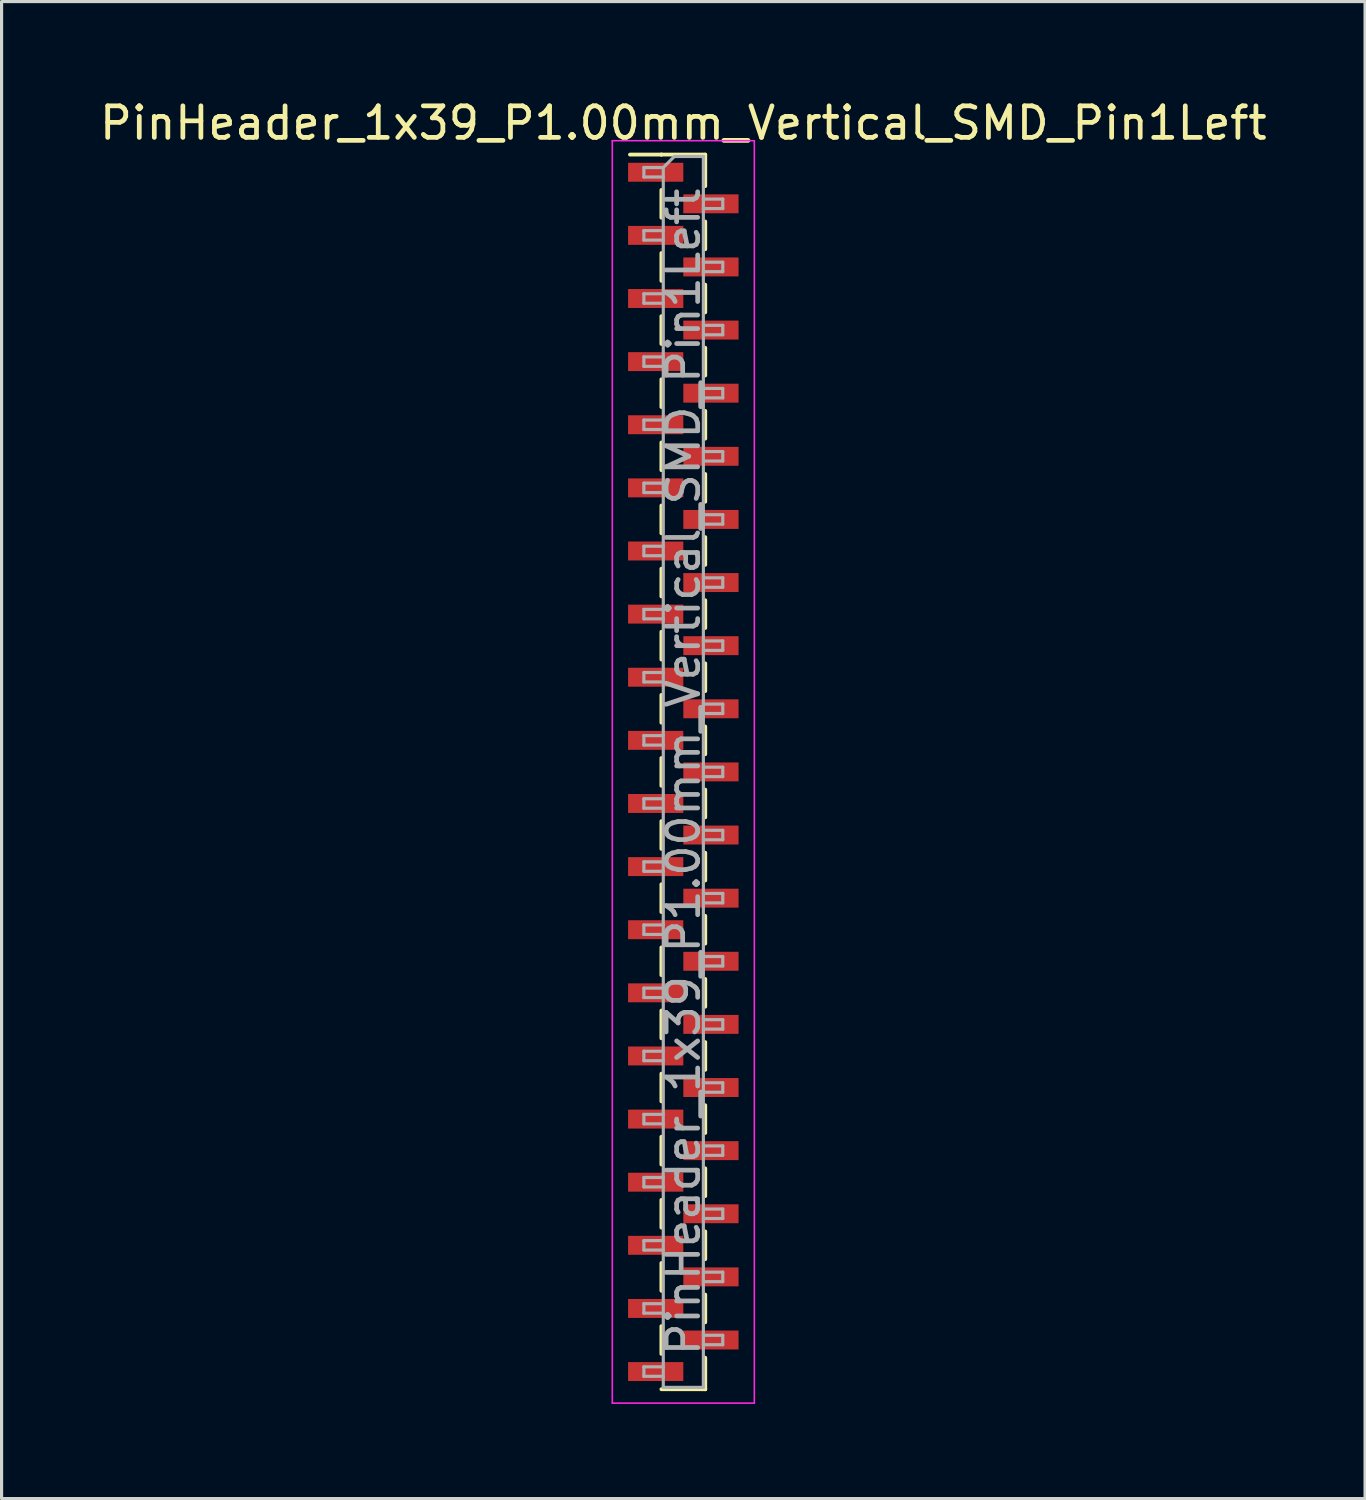
<source format=kicad_pcb>
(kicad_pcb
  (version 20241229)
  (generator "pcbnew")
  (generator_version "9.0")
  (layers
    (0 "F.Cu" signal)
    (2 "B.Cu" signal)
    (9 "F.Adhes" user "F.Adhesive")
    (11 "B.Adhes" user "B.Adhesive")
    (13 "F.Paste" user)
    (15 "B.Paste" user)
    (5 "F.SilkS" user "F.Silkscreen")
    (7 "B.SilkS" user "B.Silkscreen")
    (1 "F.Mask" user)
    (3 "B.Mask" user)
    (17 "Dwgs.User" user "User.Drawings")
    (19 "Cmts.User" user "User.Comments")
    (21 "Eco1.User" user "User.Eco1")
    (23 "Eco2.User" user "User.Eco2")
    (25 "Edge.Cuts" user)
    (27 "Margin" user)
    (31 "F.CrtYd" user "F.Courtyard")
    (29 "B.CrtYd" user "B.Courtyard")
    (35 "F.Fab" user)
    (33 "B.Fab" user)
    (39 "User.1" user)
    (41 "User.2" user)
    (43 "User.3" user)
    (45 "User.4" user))
  (footprint "PinHeader_1x39_P1.00mm_Vertical_SMD_Pin1Left"
    (layer "F.Cu")
    (at 18.601 21.408)
    (property "Reference" "PinHeader_1x39_P1.00mm_Vertical_SMD_Pin1Left" (at 0 -20.56 0) (layer "F.SilkS") (effects (font (size 1 1) (thickness 0.15))))
    (attr smd)
    (fp_line (start -0.695 -19.56) (end -1.69 -19.56) (stroke (width 0.12) (type solid)) (layer "F.SilkS"))
    (fp_line (start -0.695 -19.56) (end -0.695 -19.56) (stroke (width 0.12) (type solid)) (layer "F.SilkS"))
    (fp_line (start -0.695 -19.56) (end 0.695 -19.56) (stroke (width 0.12) (type solid)) (layer "F.SilkS"))
    (fp_line (start -0.695 -18.44) (end -0.695 -17.56) (stroke (width 0.12) (type solid)) (layer "F.SilkS"))
    (fp_line (start -0.695 -16.44) (end -0.695 -15.56) (stroke (width 0.12) (type solid)) (layer "F.SilkS"))
    (fp_line (start -0.695 -14.44) (end -0.695 -13.56) (stroke (width 0.12) (type solid)) (layer "F.SilkS"))
    (fp_line (start -0.695 -12.44) (end -0.695 -11.56) (stroke (width 0.12) (type solid)) (layer "F.SilkS"))
    (fp_line (start -0.695 -10.44) (end -0.695 -9.56) (stroke (width 0.12) (type solid)) (layer "F.SilkS"))
    (fp_line (start -0.695 -8.44) (end -0.695 -7.56) (stroke (width 0.12) (type solid)) (layer "F.SilkS"))
    (fp_line (start -0.695 -6.44) (end -0.695 -5.56) (stroke (width 0.12) (type solid)) (layer "F.SilkS"))
    (fp_line (start -0.695 -4.44) (end -0.695 -3.56) (stroke (width 0.12) (type solid)) (layer "F.SilkS"))
    (fp_line (start -0.695 -2.44) (end -0.695 -1.56) (stroke (width 0.12) (type solid)) (layer "F.SilkS"))
    (fp_line (start -0.695 -0.44) (end -0.695 0.44) (stroke (width 0.12) (type solid)) (layer "F.SilkS"))
    (fp_line (start -0.695 1.56) (end -0.695 2.44) (stroke (width 0.12) (type solid)) (layer "F.SilkS"))
    (fp_line (start -0.695 3.56) (end -0.695 4.44) (stroke (width 0.12) (type solid)) (layer "F.SilkS"))
    (fp_line (start -0.695 5.56) (end -0.695 6.44) (stroke (width 0.12) (type solid)) (layer "F.SilkS"))
    (fp_line (start -0.695 7.56) (end -0.695 8.44) (stroke (width 0.12) (type solid)) (layer "F.SilkS"))
    (fp_line (start -0.695 9.56) (end -0.695 10.44) (stroke (width 0.12) (type solid)) (layer "F.SilkS"))
    (fp_line (start -0.695 11.56) (end -0.695 12.44) (stroke (width 0.12) (type solid)) (layer "F.SilkS"))
    (fp_line (start -0.695 13.56) (end -0.695 14.44) (stroke (width 0.12) (type solid)) (layer "F.SilkS"))
    (fp_line (start -0.695 15.56) (end -0.695 16.44) (stroke (width 0.12) (type solid)) (layer "F.SilkS"))
    (fp_line (start -0.695 17.56) (end -0.695 18.44) (stroke (width 0.12) (type solid)) (layer "F.SilkS"))
    (fp_line (start -0.695 19.56) (end 0.695 19.56) (stroke (width 0.12) (type solid)) (layer "F.SilkS"))
    (fp_line (start 0.695 -19.56) (end 0.695 -18.56) (stroke (width 0.12) (type solid)) (layer "F.SilkS"))
    (fp_line (start 0.695 -17.44) (end 0.695 -16.56) (stroke (width 0.12) (type solid)) (layer "F.SilkS"))
    (fp_line (start 0.695 -15.44) (end 0.695 -14.56) (stroke (width 0.12) (type solid)) (layer "F.SilkS"))
    (fp_line (start 0.695 -13.44) (end 0.695 -12.56) (stroke (width 0.12) (type solid)) (layer "F.SilkS"))
    (fp_line (start 0.695 -11.44) (end 0.695 -10.56) (stroke (width 0.12) (type solid)) (layer "F.SilkS"))
    (fp_line (start 0.695 -9.44) (end 0.695 -8.56) (stroke (width 0.12) (type solid)) (layer "F.SilkS"))
    (fp_line (start 0.695 -7.44) (end 0.695 -6.56) (stroke (width 0.12) (type solid)) (layer "F.SilkS"))
    (fp_line (start 0.695 -5.44) (end 0.695 -4.56) (stroke (width 0.12) (type solid)) (layer "F.SilkS"))
    (fp_line (start 0.695 -3.44) (end 0.695 -2.56) (stroke (width 0.12) (type solid)) (layer "F.SilkS"))
    (fp_line (start 0.695 -1.44) (end 0.695 -0.56) (stroke (width 0.12) (type solid)) (layer "F.SilkS"))
    (fp_line (start 0.695 0.56) (end 0.695 1.44) (stroke (width 0.12) (type solid)) (layer "F.SilkS"))
    (fp_line (start 0.695 2.56) (end 0.695 3.44) (stroke (width 0.12) (type solid)) (layer "F.SilkS"))
    (fp_line (start 0.695 4.56) (end 0.695 5.44) (stroke (width 0.12) (type solid)) (layer "F.SilkS"))
    (fp_line (start 0.695 6.56) (end 0.695 7.44) (stroke (width 0.12) (type solid)) (layer "F.SilkS"))
    (fp_line (start 0.695 8.56) (end 0.695 9.44) (stroke (width 0.12) (type solid)) (layer "F.SilkS"))
    (fp_line (start 0.695 10.56) (end 0.695 11.44) (stroke (width 0.12) (type solid)) (layer "F.SilkS"))
    (fp_line (start 0.695 12.56) (end 0.695 13.44) (stroke (width 0.12) (type solid)) (layer "F.SilkS"))
    (fp_line (start 0.695 14.56) (end 0.695 15.44) (stroke (width 0.12) (type solid)) (layer "F.SilkS"))
    (fp_line (start 0.695 16.56) (end 0.695 17.44) (stroke (width 0.12) (type solid)) (layer "F.SilkS"))
    (fp_line (start 0.695 18.56) (end 0.695 19.56) (stroke (width 0.12) (type solid)) (layer "F.SilkS"))
    (fp_line (start 0.695 19.56) (end 0.695 19.56) (stroke (width 0.12) (type solid)) (layer "F.SilkS"))
    (fp_line (start -2.25 -20) (end -2.25 20) (stroke (width 0.05) (type solid)) (layer "F.CrtYd"))
    (fp_line (start -2.25 20) (end 2.25 20) (stroke (width 0.05) (type solid)) (layer "F.CrtYd"))
    (fp_line (start 2.25 -20) (end -2.25 -20) (stroke (width 0.05) (type solid)) (layer "F.CrtYd"))
    (fp_line (start 2.25 20) (end 2.25 -20) (stroke (width 0.05) (type solid)) (layer "F.CrtYd"))
    (fp_line (start -1.25 -19.15) (end -1.25 -18.85) (stroke (width 0.1) (type solid)) (layer "F.Fab"))
    (fp_line (start -1.25 -18.85) (end -0.635 -18.85) (stroke (width 0.1) (type solid)) (layer "F.Fab"))
    (fp_line (start -1.25 -17.15) (end -1.25 -16.85) (stroke (width 0.1) (type solid)) (layer "F.Fab"))
    (fp_line (start -1.25 -16.85) (end -0.635 -16.85) (stroke (width 0.1) (type solid)) (layer "F.Fab"))
    (fp_line (start -1.25 -15.15) (end -1.25 -14.85) (stroke (width 0.1) (type solid)) (layer "F.Fab"))
    (fp_line (start -1.25 -14.85) (end -0.635 -14.85) (stroke (width 0.1) (type solid)) (layer "F.Fab"))
    (fp_line (start -1.25 -13.15) (end -1.25 -12.85) (stroke (width 0.1) (type solid)) (layer "F.Fab"))
    (fp_line (start -1.25 -12.85) (end -0.635 -12.85) (stroke (width 0.1) (type solid)) (layer "F.Fab"))
    (fp_line (start -1.25 -11.15) (end -1.25 -10.85) (stroke (width 0.1) (type solid)) (layer "F.Fab"))
    (fp_line (start -1.25 -10.85) (end -0.635 -10.85) (stroke (width 0.1) (type solid)) (layer "F.Fab"))
    (fp_line (start -1.25 -9.15) (end -1.25 -8.85) (stroke (width 0.1) (type solid)) (layer "F.Fab"))
    (fp_line (start -1.25 -8.85) (end -0.635 -8.85) (stroke (width 0.1) (type solid)) (layer "F.Fab"))
    (fp_line (start -1.25 -7.15) (end -1.25 -6.85) (stroke (width 0.1) (type solid)) (layer "F.Fab"))
    (fp_line (start -1.25 -6.85) (end -0.635 -6.85) (stroke (width 0.1) (type solid)) (layer "F.Fab"))
    (fp_line (start -1.25 -5.15) (end -1.25 -4.85) (stroke (width 0.1) (type solid)) (layer "F.Fab"))
    (fp_line (start -1.25 -4.85) (end -0.635 -4.85) (stroke (width 0.1) (type solid)) (layer "F.Fab"))
    (fp_line (start -1.25 -3.15) (end -1.25 -2.85) (stroke (width 0.1) (type solid)) (layer "F.Fab"))
    (fp_line (start -1.25 -2.85) (end -0.635 -2.85) (stroke (width 0.1) (type solid)) (layer "F.Fab"))
    (fp_line (start -1.25 -1.15) (end -1.25 -0.85) (stroke (width 0.1) (type solid)) (layer "F.Fab"))
    (fp_line (start -1.25 -0.85) (end -0.635 -0.85) (stroke (width 0.1) (type solid)) (layer "F.Fab"))
    (fp_line (start -1.25 0.85) (end -1.25 1.15) (stroke (width 0.1) (type solid)) (layer "F.Fab"))
    (fp_line (start -1.25 1.15) (end -0.635 1.15) (stroke (width 0.1) (type solid)) (layer "F.Fab"))
    (fp_line (start -1.25 2.85) (end -1.25 3.15) (stroke (width 0.1) (type solid)) (layer "F.Fab"))
    (fp_line (start -1.25 3.15) (end -0.635 3.15) (stroke (width 0.1) (type solid)) (layer "F.Fab"))
    (fp_line (start -1.25 4.85) (end -1.25 5.15) (stroke (width 0.1) (type solid)) (layer "F.Fab"))
    (fp_line (start -1.25 5.15) (end -0.635 5.15) (stroke (width 0.1) (type solid)) (layer "F.Fab"))
    (fp_line (start -1.25 6.85) (end -1.25 7.15) (stroke (width 0.1) (type solid)) (layer "F.Fab"))
    (fp_line (start -1.25 7.15) (end -0.635 7.15) (stroke (width 0.1) (type solid)) (layer "F.Fab"))
    (fp_line (start -1.25 8.85) (end -1.25 9.15) (stroke (width 0.1) (type solid)) (layer "F.Fab"))
    (fp_line (start -1.25 9.15) (end -0.635 9.15) (stroke (width 0.1) (type solid)) (layer "F.Fab"))
    (fp_line (start -1.25 10.85) (end -1.25 11.15) (stroke (width 0.1) (type solid)) (layer "F.Fab"))
    (fp_line (start -1.25 11.15) (end -0.635 11.15) (stroke (width 0.1) (type solid)) (layer "F.Fab"))
    (fp_line (start -1.25 12.85) (end -1.25 13.15) (stroke (width 0.1) (type solid)) (layer "F.Fab"))
    (fp_line (start -1.25 13.15) (end -0.635 13.15) (stroke (width 0.1) (type solid)) (layer "F.Fab"))
    (fp_line (start -1.25 14.85) (end -1.25 15.15) (stroke (width 0.1) (type solid)) (layer "F.Fab"))
    (fp_line (start -1.25 15.15) (end -0.635 15.15) (stroke (width 0.1) (type solid)) (layer "F.Fab"))
    (fp_line (start -1.25 16.85) (end -1.25 17.15) (stroke (width 0.1) (type solid)) (layer "F.Fab"))
    (fp_line (start -1.25 17.15) (end -0.635 17.15) (stroke (width 0.1) (type solid)) (layer "F.Fab"))
    (fp_line (start -1.25 18.85) (end -1.25 19.15) (stroke (width 0.1) (type solid)) (layer "F.Fab"))
    (fp_line (start -1.25 19.15) (end -0.635 19.15) (stroke (width 0.1) (type solid)) (layer "F.Fab"))
    (fp_line (start -0.635 -19.15) (end -1.25 -19.15) (stroke (width 0.1) (type solid)) (layer "F.Fab"))
    (fp_line (start -0.635 -19.15) (end -0.285 -19.5) (stroke (width 0.1) (type solid)) (layer "F.Fab"))
    (fp_line (start -0.635 -17.15) (end -1.25 -17.15) (stroke (width 0.1) (type solid)) (layer "F.Fab"))
    (fp_line (start -0.635 -15.15) (end -1.25 -15.15) (stroke (width 0.1) (type solid)) (layer "F.Fab"))
    (fp_line (start -0.635 -13.15) (end -1.25 -13.15) (stroke (width 0.1) (type solid)) (layer "F.Fab"))
    (fp_line (start -0.635 -11.15) (end -1.25 -11.15) (stroke (width 0.1) (type solid)) (layer "F.Fab"))
    (fp_line (start -0.635 -9.15) (end -1.25 -9.15) (stroke (width 0.1) (type solid)) (layer "F.Fab"))
    (fp_line (start -0.635 -7.15) (end -1.25 -7.15) (stroke (width 0.1) (type solid)) (layer "F.Fab"))
    (fp_line (start -0.635 -5.15) (end -1.25 -5.15) (stroke (width 0.1) (type solid)) (layer "F.Fab"))
    (fp_line (start -0.635 -3.15) (end -1.25 -3.15) (stroke (width 0.1) (type solid)) (layer "F.Fab"))
    (fp_line (start -0.635 -1.15) (end -1.25 -1.15) (stroke (width 0.1) (type solid)) (layer "F.Fab"))
    (fp_line (start -0.635 0.85) (end -1.25 0.85) (stroke (width 0.1) (type solid)) (layer "F.Fab"))
    (fp_line (start -0.635 2.85) (end -1.25 2.85) (stroke (width 0.1) (type solid)) (layer "F.Fab"))
    (fp_line (start -0.635 4.85) (end -1.25 4.85) (stroke (width 0.1) (type solid)) (layer "F.Fab"))
    (fp_line (start -0.635 6.85) (end -1.25 6.85) (stroke (width 0.1) (type solid)) (layer "F.Fab"))
    (fp_line (start -0.635 8.85) (end -1.25 8.85) (stroke (width 0.1) (type solid)) (layer "F.Fab"))
    (fp_line (start -0.635 10.85) (end -1.25 10.85) (stroke (width 0.1) (type solid)) (layer "F.Fab"))
    (fp_line (start -0.635 12.85) (end -1.25 12.85) (stroke (width 0.1) (type solid)) (layer "F.Fab"))
    (fp_line (start -0.635 14.85) (end -1.25 14.85) (stroke (width 0.1) (type solid)) (layer "F.Fab"))
    (fp_line (start -0.635 16.85) (end -1.25 16.85) (stroke (width 0.1) (type solid)) (layer "F.Fab"))
    (fp_line (start -0.635 18.85) (end -1.25 18.85) (stroke (width 0.1) (type solid)) (layer "F.Fab"))
    (fp_line (start -0.635 19.5) (end -0.635 -19.15) (stroke (width 0.1) (type solid)) (layer "F.Fab"))
    (fp_line (start -0.285 -19.5) (end 0.635 -19.5) (stroke (width 0.1) (type solid)) (layer "F.Fab"))
    (fp_line (start 0.635 -19.5) (end 0.635 19.5) (stroke (width 0.1) (type solid)) (layer "F.Fab"))
    (fp_line (start 0.635 -18.15) (end 1.25 -18.15) (stroke (width 0.1) (type solid)) (layer "F.Fab"))
    (fp_line (start 0.635 -16.15) (end 1.25 -16.15) (stroke (width 0.1) (type solid)) (layer "F.Fab"))
    (fp_line (start 0.635 -14.15) (end 1.25 -14.15) (stroke (width 0.1) (type solid)) (layer "F.Fab"))
    (fp_line (start 0.635 -12.15) (end 1.25 -12.15) (stroke (width 0.1) (type solid)) (layer "F.Fab"))
    (fp_line (start 0.635 -10.15) (end 1.25 -10.15) (stroke (width 0.1) (type solid)) (layer "F.Fab"))
    (fp_line (start 0.635 -8.15) (end 1.25 -8.15) (stroke (width 0.1) (type solid)) (layer "F.Fab"))
    (fp_line (start 0.635 -6.15) (end 1.25 -6.15) (stroke (width 0.1) (type solid)) (layer "F.Fab"))
    (fp_line (start 0.635 -4.15) (end 1.25 -4.15) (stroke (width 0.1) (type solid)) (layer "F.Fab"))
    (fp_line (start 0.635 -2.15) (end 1.25 -2.15) (stroke (width 0.1) (type solid)) (layer "F.Fab"))
    (fp_line (start 0.635 -0.15) (end 1.25 -0.15) (stroke (width 0.1) (type solid)) (layer "F.Fab"))
    (fp_line (start 0.635 1.85) (end 1.25 1.85) (stroke (width 0.1) (type solid)) (layer "F.Fab"))
    (fp_line (start 0.635 3.85) (end 1.25 3.85) (stroke (width 0.1) (type solid)) (layer "F.Fab"))
    (fp_line (start 0.635 5.85) (end 1.25 5.85) (stroke (width 0.1) (type solid)) (layer "F.Fab"))
    (fp_line (start 0.635 7.85) (end 1.25 7.85) (stroke (width 0.1) (type solid)) (layer "F.Fab"))
    (fp_line (start 0.635 9.85) (end 1.25 9.85) (stroke (width 0.1) (type solid)) (layer "F.Fab"))
    (fp_line (start 0.635 11.85) (end 1.25 11.85) (stroke (width 0.1) (type solid)) (layer "F.Fab"))
    (fp_line (start 0.635 13.85) (end 1.25 13.85) (stroke (width 0.1) (type solid)) (layer "F.Fab"))
    (fp_line (start 0.635 15.85) (end 1.25 15.85) (stroke (width 0.1) (type solid)) (layer "F.Fab"))
    (fp_line (start 0.635 17.85) (end 1.25 17.85) (stroke (width 0.1) (type solid)) (layer "F.Fab"))
    (fp_line (start 0.635 19.5) (end -0.635 19.5) (stroke (width 0.1) (type solid)) (layer "F.Fab"))
    (fp_line (start 1.25 -18.15) (end 1.25 -17.85) (stroke (width 0.1) (type solid)) (layer "F.Fab"))
    (fp_line (start 1.25 -17.85) (end 0.635 -17.85) (stroke (width 0.1) (type solid)) (layer "F.Fab"))
    (fp_line (start 1.25 -16.15) (end 1.25 -15.85) (stroke (width 0.1) (type solid)) (layer "F.Fab"))
    (fp_line (start 1.25 -15.85) (end 0.635 -15.85) (stroke (width 0.1) (type solid)) (layer "F.Fab"))
    (fp_line (start 1.25 -14.15) (end 1.25 -13.85) (stroke (width 0.1) (type solid)) (layer "F.Fab"))
    (fp_line (start 1.25 -13.85) (end 0.635 -13.85) (stroke (width 0.1) (type solid)) (layer "F.Fab"))
    (fp_line (start 1.25 -12.15) (end 1.25 -11.85) (stroke (width 0.1) (type solid)) (layer "F.Fab"))
    (fp_line (start 1.25 -11.85) (end 0.635 -11.85) (stroke (width 0.1) (type solid)) (layer "F.Fab"))
    (fp_line (start 1.25 -10.15) (end 1.25 -9.85) (stroke (width 0.1) (type solid)) (layer "F.Fab"))
    (fp_line (start 1.25 -9.85) (end 0.635 -9.85) (stroke (width 0.1) (type solid)) (layer "F.Fab"))
    (fp_line (start 1.25 -8.15) (end 1.25 -7.85) (stroke (width 0.1) (type solid)) (layer "F.Fab"))
    (fp_line (start 1.25 -7.85) (end 0.635 -7.85) (stroke (width 0.1) (type solid)) (layer "F.Fab"))
    (fp_line (start 1.25 -6.15) (end 1.25 -5.85) (stroke (width 0.1) (type solid)) (layer "F.Fab"))
    (fp_line (start 1.25 -5.85) (end 0.635 -5.85) (stroke (width 0.1) (type solid)) (layer "F.Fab"))
    (fp_line (start 1.25 -4.15) (end 1.25 -3.85) (stroke (width 0.1) (type solid)) (layer "F.Fab"))
    (fp_line (start 1.25 -3.85) (end 0.635 -3.85) (stroke (width 0.1) (type solid)) (layer "F.Fab"))
    (fp_line (start 1.25 -2.15) (end 1.25 -1.85) (stroke (width 0.1) (type solid)) (layer "F.Fab"))
    (fp_line (start 1.25 -1.85) (end 0.635 -1.85) (stroke (width 0.1) (type solid)) (layer "F.Fab"))
    (fp_line (start 1.25 -0.15) (end 1.25 0.15) (stroke (width 0.1) (type solid)) (layer "F.Fab"))
    (fp_line (start 1.25 0.15) (end 0.635 0.15) (stroke (width 0.1) (type solid)) (layer "F.Fab"))
    (fp_line (start 1.25 1.85) (end 1.25 2.15) (stroke (width 0.1) (type solid)) (layer "F.Fab"))
    (fp_line (start 1.25 2.15) (end 0.635 2.15) (stroke (width 0.1) (type solid)) (layer "F.Fab"))
    (fp_line (start 1.25 3.85) (end 1.25 4.15) (stroke (width 0.1) (type solid)) (layer "F.Fab"))
    (fp_line (start 1.25 4.15) (end 0.635 4.15) (stroke (width 0.1) (type solid)) (layer "F.Fab"))
    (fp_line (start 1.25 5.85) (end 1.25 6.15) (stroke (width 0.1) (type solid)) (layer "F.Fab"))
    (fp_line (start 1.25 6.15) (end 0.635 6.15) (stroke (width 0.1) (type solid)) (layer "F.Fab"))
    (fp_line (start 1.25 7.85) (end 1.25 8.15) (stroke (width 0.1) (type solid)) (layer "F.Fab"))
    (fp_line (start 1.25 8.15) (end 0.635 8.15) (stroke (width 0.1) (type solid)) (layer "F.Fab"))
    (fp_line (start 1.25 9.85) (end 1.25 10.15) (stroke (width 0.1) (type solid)) (layer "F.Fab"))
    (fp_line (start 1.25 10.15) (end 0.635 10.15) (stroke (width 0.1) (type solid)) (layer "F.Fab"))
    (fp_line (start 1.25 11.85) (end 1.25 12.15) (stroke (width 0.1) (type solid)) (layer "F.Fab"))
    (fp_line (start 1.25 12.15) (end 0.635 12.15) (stroke (width 0.1) (type solid)) (layer "F.Fab"))
    (fp_line (start 1.25 13.85) (end 1.25 14.15) (stroke (width 0.1) (type solid)) (layer "F.Fab"))
    (fp_line (start 1.25 14.15) (end 0.635 14.15) (stroke (width 0.1) (type solid)) (layer "F.Fab"))
    (fp_line (start 1.25 15.85) (end 1.25 16.15) (stroke (width 0.1) (type solid)) (layer "F.Fab"))
    (fp_line (start 1.25 16.15) (end 0.635 16.15) (stroke (width 0.1) (type solid)) (layer "F.Fab"))
    (fp_line (start 1.25 17.85) (end 1.25 18.15) (stroke (width 0.1) (type solid)) (layer "F.Fab"))
    (fp_line (start 1.25 18.15) (end 0.635 18.15) (stroke (width 0.1) (type solid)) (layer "F.Fab"))
    (fp_text user "${REFERENCE}" (at 0 0 90) (layer "F.Fab") (effects (font (size 1 1) (thickness 0.15))))
    (pad "1" smd rect (at -0.875 -19) (size 1.75 0.6) (layers "F.Cu" "F.Mask" "F.Paste"))
    (pad "2" smd rect (at 0.875 -18) (size 1.75 0.6) (layers "F.Cu" "F.Mask" "F.Paste"))
    (pad "3" smd rect (at -0.875 -17) (size 1.75 0.6) (layers "F.Cu" "F.Mask" "F.Paste"))
    (pad "4" smd rect (at 0.875 -16) (size 1.75 0.6) (layers "F.Cu" "F.Mask" "F.Paste"))
    (pad "5" smd rect (at -0.875 -15) (size 1.75 0.6) (layers "F.Cu" "F.Mask" "F.Paste"))
    (pad "6" smd rect (at 0.875 -14) (size 1.75 0.6) (layers "F.Cu" "F.Mask" "F.Paste"))
    (pad "7" smd rect (at -0.875 -13) (size 1.75 0.6) (layers "F.Cu" "F.Mask" "F.Paste"))
    (pad "8" smd rect (at 0.875 -12) (size 1.75 0.6) (layers "F.Cu" "F.Mask" "F.Paste"))
    (pad "9" smd rect (at -0.875 -11) (size 1.75 0.6) (layers "F.Cu" "F.Mask" "F.Paste"))
    (pad "10" smd rect (at 0.875 -10) (size 1.75 0.6) (layers "F.Cu" "F.Mask" "F.Paste"))
    (pad "11" smd rect (at -0.875 -9) (size 1.75 0.6) (layers "F.Cu" "F.Mask" "F.Paste"))
    (pad "12" smd rect (at 0.875 -8) (size 1.75 0.6) (layers "F.Cu" "F.Mask" "F.Paste"))
    (pad "13" smd rect (at -0.875 -7) (size 1.75 0.6) (layers "F.Cu" "F.Mask" "F.Paste"))
    (pad "14" smd rect (at 0.875 -6) (size 1.75 0.6) (layers "F.Cu" "F.Mask" "F.Paste"))
    (pad "15" smd rect (at -0.875 -5) (size 1.75 0.6) (layers "F.Cu" "F.Mask" "F.Paste"))
    (pad "16" smd rect (at 0.875 -4) (size 1.75 0.6) (layers "F.Cu" "F.Mask" "F.Paste"))
    (pad "17" smd rect (at -0.875 -3) (size 1.75 0.6) (layers "F.Cu" "F.Mask" "F.Paste"))
    (pad "18" smd rect (at 0.875 -2) (size 1.75 0.6) (layers "F.Cu" "F.Mask" "F.Paste"))
    (pad "19" smd rect (at -0.875 -1) (size 1.75 0.6) (layers "F.Cu" "F.Mask" "F.Paste"))
    (pad "20" smd rect (at 0.875 0) (size 1.75 0.6) (layers "F.Cu" "F.Mask" "F.Paste"))
    (pad "21" smd rect (at -0.875 1) (size 1.75 0.6) (layers "F.Cu" "F.Mask" "F.Paste"))
    (pad "22" smd rect (at 0.875 2) (size 1.75 0.6) (layers "F.Cu" "F.Mask" "F.Paste"))
    (pad "23" smd rect (at -0.875 3) (size 1.75 0.6) (layers "F.Cu" "F.Mask" "F.Paste"))
    (pad "24" smd rect (at 0.875 4) (size 1.75 0.6) (layers "F.Cu" "F.Mask" "F.Paste"))
    (pad "25" smd rect (at -0.875 5) (size 1.75 0.6) (layers "F.Cu" "F.Mask" "F.Paste"))
    (pad "26" smd rect (at 0.875 6) (size 1.75 0.6) (layers "F.Cu" "F.Mask" "F.Paste"))
    (pad "27" smd rect (at -0.875 7) (size 1.75 0.6) (layers "F.Cu" "F.Mask" "F.Paste"))
    (pad "28" smd rect (at 0.875 8) (size 1.75 0.6) (layers "F.Cu" "F.Mask" "F.Paste"))
    (pad "29" smd rect (at -0.875 9) (size 1.75 0.6) (layers "F.Cu" "F.Mask" "F.Paste"))
    (pad "30" smd rect (at 0.875 10) (size 1.75 0.6) (layers "F.Cu" "F.Mask" "F.Paste"))
    (pad "31" smd rect (at -0.875 11) (size 1.75 0.6) (layers "F.Cu" "F.Mask" "F.Paste"))
    (pad "32" smd rect (at 0.875 12) (size 1.75 0.6) (layers "F.Cu" "F.Mask" "F.Paste"))
    (pad "33" smd rect (at -0.875 13) (size 1.75 0.6) (layers "F.Cu" "F.Mask" "F.Paste"))
    (pad "34" smd rect (at 0.875 14) (size 1.75 0.6) (layers "F.Cu" "F.Mask" "F.Paste"))
    (pad "35" smd rect (at -0.875 15) (size 1.75 0.6) (layers "F.Cu" "F.Mask" "F.Paste"))
    (pad "36" smd rect (at 0.875 16) (size 1.75 0.6) (layers "F.Cu" "F.Mask" "F.Paste"))
    (pad "37" smd rect (at -0.875 17) (size 1.75 0.6) (layers "F.Cu" "F.Mask" "F.Paste"))
    (pad "38" smd rect (at 0.875 18) (size 1.75 0.6) (layers "F.Cu" "F.Mask" "F.Paste"))
    (pad "39" smd rect (at -0.875 19) (size 1.75 0.6) (layers "F.Cu" "F.Mask" "F.Paste")))
  (gr_rect
    (start -3 -3)
    (end 40.202 44.433)
    (stroke (width 0.1) (type default))
    (fill no)
    (layer "Edge.Cuts")))
</source>
